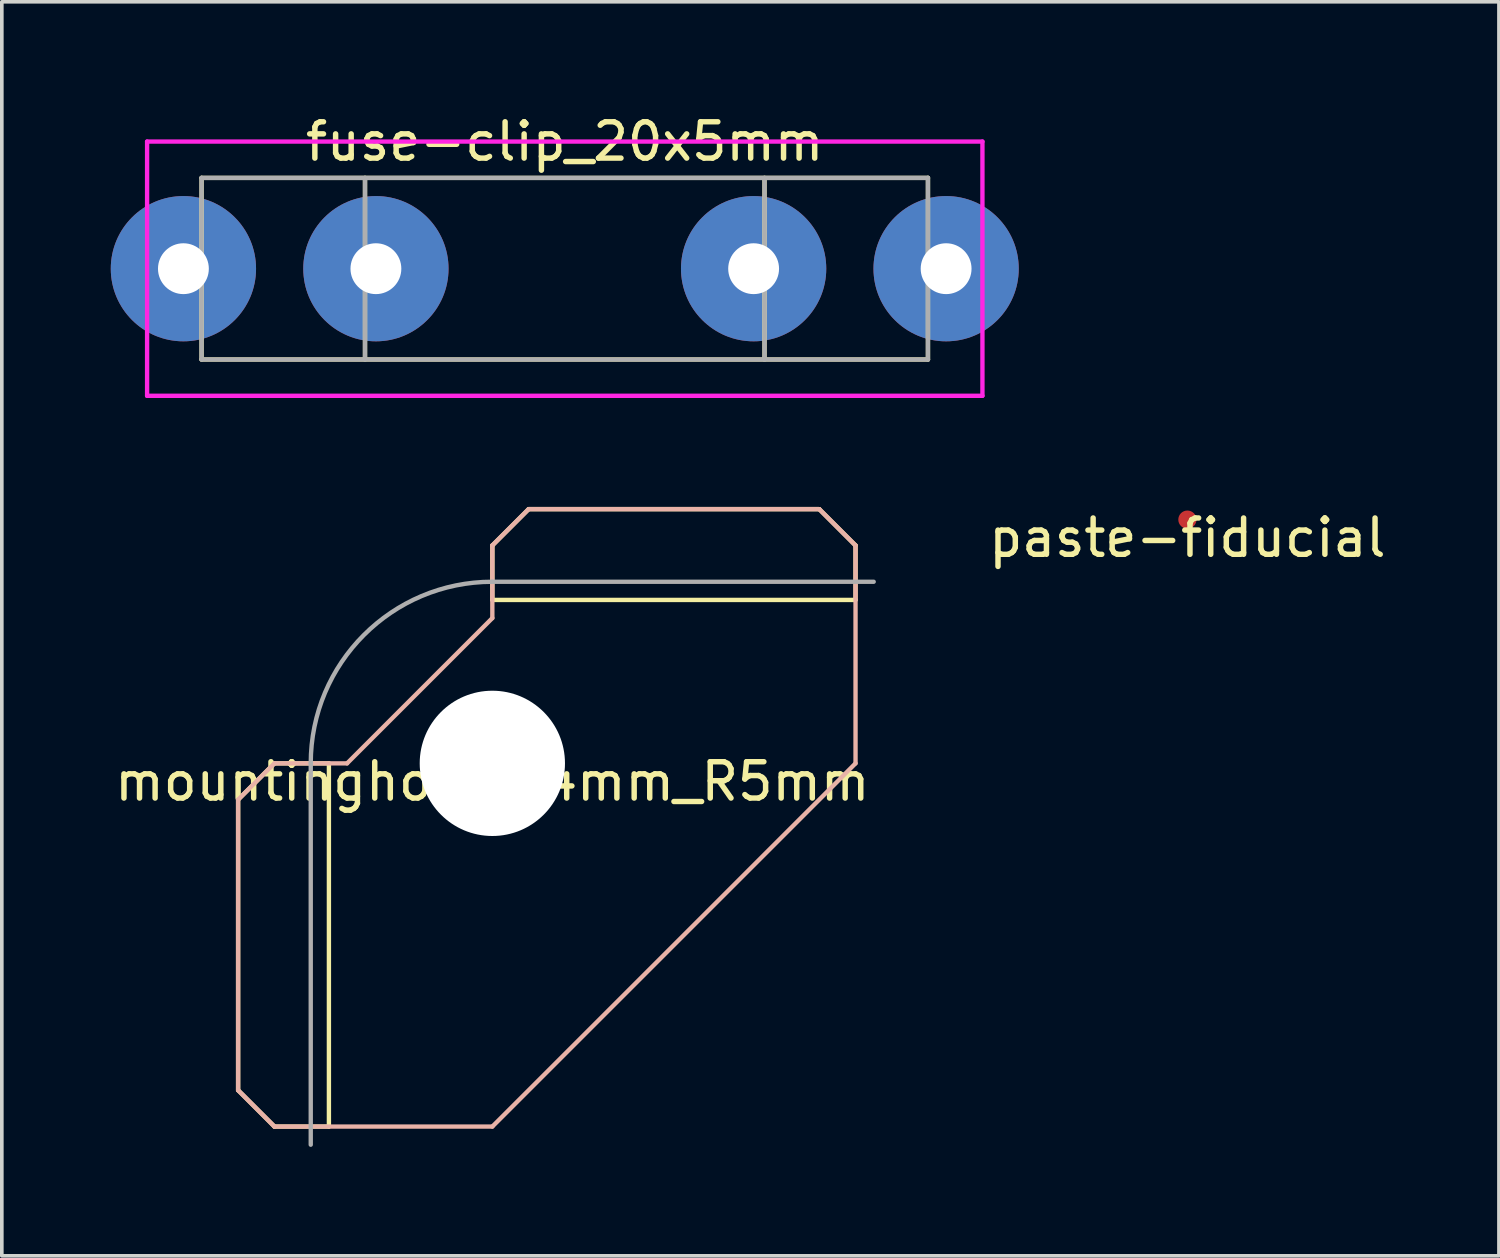
<source format=kicad_pcb>
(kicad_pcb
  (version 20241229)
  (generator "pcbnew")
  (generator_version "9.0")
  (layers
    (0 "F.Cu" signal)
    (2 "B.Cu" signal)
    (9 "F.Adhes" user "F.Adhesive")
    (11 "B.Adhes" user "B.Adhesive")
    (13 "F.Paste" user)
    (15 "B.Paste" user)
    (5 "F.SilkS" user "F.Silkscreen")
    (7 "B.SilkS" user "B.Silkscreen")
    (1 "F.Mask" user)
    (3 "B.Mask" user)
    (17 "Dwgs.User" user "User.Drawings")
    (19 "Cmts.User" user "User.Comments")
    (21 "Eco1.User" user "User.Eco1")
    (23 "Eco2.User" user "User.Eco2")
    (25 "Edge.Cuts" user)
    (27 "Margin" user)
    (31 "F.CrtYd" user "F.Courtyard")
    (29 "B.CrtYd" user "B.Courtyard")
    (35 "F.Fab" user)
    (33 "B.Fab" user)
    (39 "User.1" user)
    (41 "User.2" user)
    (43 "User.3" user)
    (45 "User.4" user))
  (footprint "paste-fiducial"
    (layer "F.Cu")
    (at 29.643 11.257)
    (property "Reference" "paste-fiducial" (at 0 0.5 0) (layer "F.SilkS") (effects (font (size 1 1) (thickness 0.15))))
    (attr exclude_from_pos_files exclude_from_bom)
    (pad "1" smd circle (at 0 0) (size 0.5 0.5) (layers "F.Cu" "F.Mask" "F.Paste")))
  (footprint "fuse-clip_20x5mm"
    (layer "F.Cu")
    (at 2 4.348)
    (property "Reference" "fuse-clip_20x5mm" (at 10.5 -3.5 0) (layer "F.SilkS") (effects (font (size 1 1) (thickness 0.15))))
    (attr through_hole)
    (fp_line (start 0.5 -2.5) (end 20.5 -2.5) (stroke (width 0.12) (type solid)) (layer "F.SilkS"))
    (fp_line (start 0.5 2.5) (end 0.5 -2.5) (stroke (width 0.12) (type solid)) (layer "F.SilkS"))
    (fp_line (start 5 -2.5) (end 5 2.5) (stroke (width 0.12) (type solid)) (layer "F.SilkS"))
    (fp_line (start 16 -2.5) (end 16 2.5) (stroke (width 0.12) (type solid)) (layer "F.SilkS"))
    (fp_line (start 20.5 -2.5) (end 20.5 2.5) (stroke (width 0.12) (type solid)) (layer "F.SilkS"))
    (fp_line (start 20.5 2.5) (end 0.5 2.5) (stroke (width 0.12) (type solid)) (layer "F.SilkS"))
    (fp_line (start -1 -3.5) (end -1 3.5) (stroke (width 0.12) (type solid)) (layer "F.CrtYd"))
    (fp_line (start -1 3.5) (end 22 3.5) (stroke (width 0.12) (type solid)) (layer "F.CrtYd"))
    (fp_line (start 22 -3.5) (end -1 -3.5) (stroke (width 0.12) (type solid)) (layer "F.CrtYd"))
    (fp_line (start 22 3.5) (end 22 -3.5) (stroke (width 0.12) (type solid)) (layer "F.CrtYd"))
    (fp_line (start 0.5 -2.5) (end 20.5 -2.5) (stroke (width 0.12) (type solid)) (layer "F.Fab"))
    (fp_line (start 0.5 2.5) (end 0.5 -2.5) (stroke (width 0.12) (type solid)) (layer "F.Fab"))
    (fp_line (start 5 -2.5) (end 5 2.5) (stroke (width 0.12) (type solid)) (layer "F.Fab"))
    (fp_line (start 16 -2.5) (end 16 2.5) (stroke (width 0.12) (type solid)) (layer "F.Fab"))
    (fp_line (start 20.5 -2.5) (end 20.5 2.5) (stroke (width 0.12) (type solid)) (layer "F.Fab"))
    (fp_line (start 20.5 2.5) (end 0.5 2.5) (stroke (width 0.12) (type solid)) (layer "F.Fab"))
    (pad "1" thru_hole circle (at 0 0) (size 4 4) (drill 1.4) (layers "*.Cu" "*.Mask"))
    (pad "1" thru_hole circle (at 5.3 0) (size 4 4) (drill 1.4) (layers "*.Cu" "*.Mask"))
    (pad "2" thru_hole circle (at 15.7 0 180) (size 4 4) (drill 1.4) (layers "*.Cu" "*.Mask"))
    (pad "2" thru_hole circle (at 21 0 180) (size 4 4) (drill 1.4) (layers "*.Cu" "*.Mask")))
  (footprint "mountinghole_d4mm_R5mm"
    (layer "F.Cu")
    (at 10.506 17.968)
    (property "Reference" "mountinghole_d4mm_R5mm" (at 0 0.5 0) (layer "F.SilkS") (effects (font (size 1 1) (thickness 0.15))))
    (attr through_hole)
    (fp_line (start -7 1) (end -7 9) (stroke (width 0.12) (type solid)) (layer "F.SilkS"))
    (fp_line (start -7 1) (end -6 0) (stroke (width 0.12) (type solid)) (layer "F.SilkS"))
    (fp_line (start -7 9) (end -6 10) (stroke (width 0.12) (type solid)) (layer "F.SilkS"))
    (fp_line (start -6 10) (end -4.5 10) (stroke (width 0.12) (type solid)) (layer "F.SilkS"))
    (fp_line (start -4.5 0) (end -6 0) (stroke (width 0.12) (type solid)) (layer "F.SilkS"))
    (fp_line (start -4.5 10) (end -4.5 0) (stroke (width 0.12) (type solid)) (layer "F.SilkS"))
    (fp_line (start 0 -6) (end 1 -7) (stroke (width 0.12) (type solid)) (layer "F.SilkS"))
    (fp_line (start 0 -4.5) (end 0 -6) (stroke (width 0.12) (type solid)) (layer "F.SilkS"))
    (fp_line (start 0 -4.5) (end 10 -4.5) (stroke (width 0.12) (type solid)) (layer "F.SilkS"))
    (fp_line (start 1 -7) (end 9 -7) (stroke (width 0.12) (type solid)) (layer "F.SilkS"))
    (fp_line (start 10 -6) (end 9 -7) (stroke (width 0.12) (type solid)) (layer "F.SilkS"))
    (fp_line (start 10 -4.5) (end 10 -6) (stroke (width 0.12) (type solid)) (layer "F.SilkS"))
    (fp_line (start -7 1) (end -7 9) (stroke (width 0.12) (type solid)) (layer "B.SilkS"))
    (fp_line (start -7 9) (end -6 10) (stroke (width 0.12) (type solid)) (layer "B.SilkS"))
    (fp_line (start -6 0) (end -7 1) (stroke (width 0.12) (type solid)) (layer "B.SilkS"))
    (fp_line (start -6 10) (end 0 10) (stroke (width 0.12) (type solid)) (layer "B.SilkS"))
    (fp_line (start -4 0) (end -6 0) (stroke (width 0.12) (type solid)) (layer "B.SilkS"))
    (fp_line (start 0 -6) (end 1 -7) (stroke (width 0.12) (type solid)) (layer "B.SilkS"))
    (fp_line (start 0 -4) (end -4 0) (stroke (width 0.12) (type solid)) (layer "B.SilkS"))
    (fp_line (start 0 -4) (end 0 -6) (stroke (width 0.12) (type solid)) (layer "B.SilkS"))
    (fp_line (start 0 10) (end 10 0) (stroke (width 0.12) (type solid)) (layer "B.SilkS"))
    (fp_line (start 9 -7) (end 1 -7) (stroke (width 0.12) (type solid)) (layer "B.SilkS"))
    (fp_line (start 10 -6) (end 9 -7) (stroke (width 0.12) (type solid)) (layer "B.SilkS"))
    (fp_line (start 10 0) (end 10 -6) (stroke (width 0.12) (type solid)) (layer "B.SilkS"))
    (fp_line (start -5 0) (end -5 10.5) (stroke (width 0.12) (type solid)) (layer "F.Fab"))
    (fp_line (start 0 -5) (end 10.5 -5) (stroke (width 0.12) (type solid)) (layer "F.Fab"))
    (fp_arc (start -5 0) (mid -3.535534 -3.535534) (end 0 -5) (stroke (width 0.12) (type solid)) (layer "F.Fab"))
    (pad "" np_thru_hole circle (at 0 0) (size 4 4) (drill 4) (layers "*.Cu" "*.Mask")))
  (gr_rect
    (start -3 -3)
    (end 38.221 31.528)
    (stroke (width 0.1) (type default))
    (fill no)
    (layer "Edge.Cuts")))
</source>
